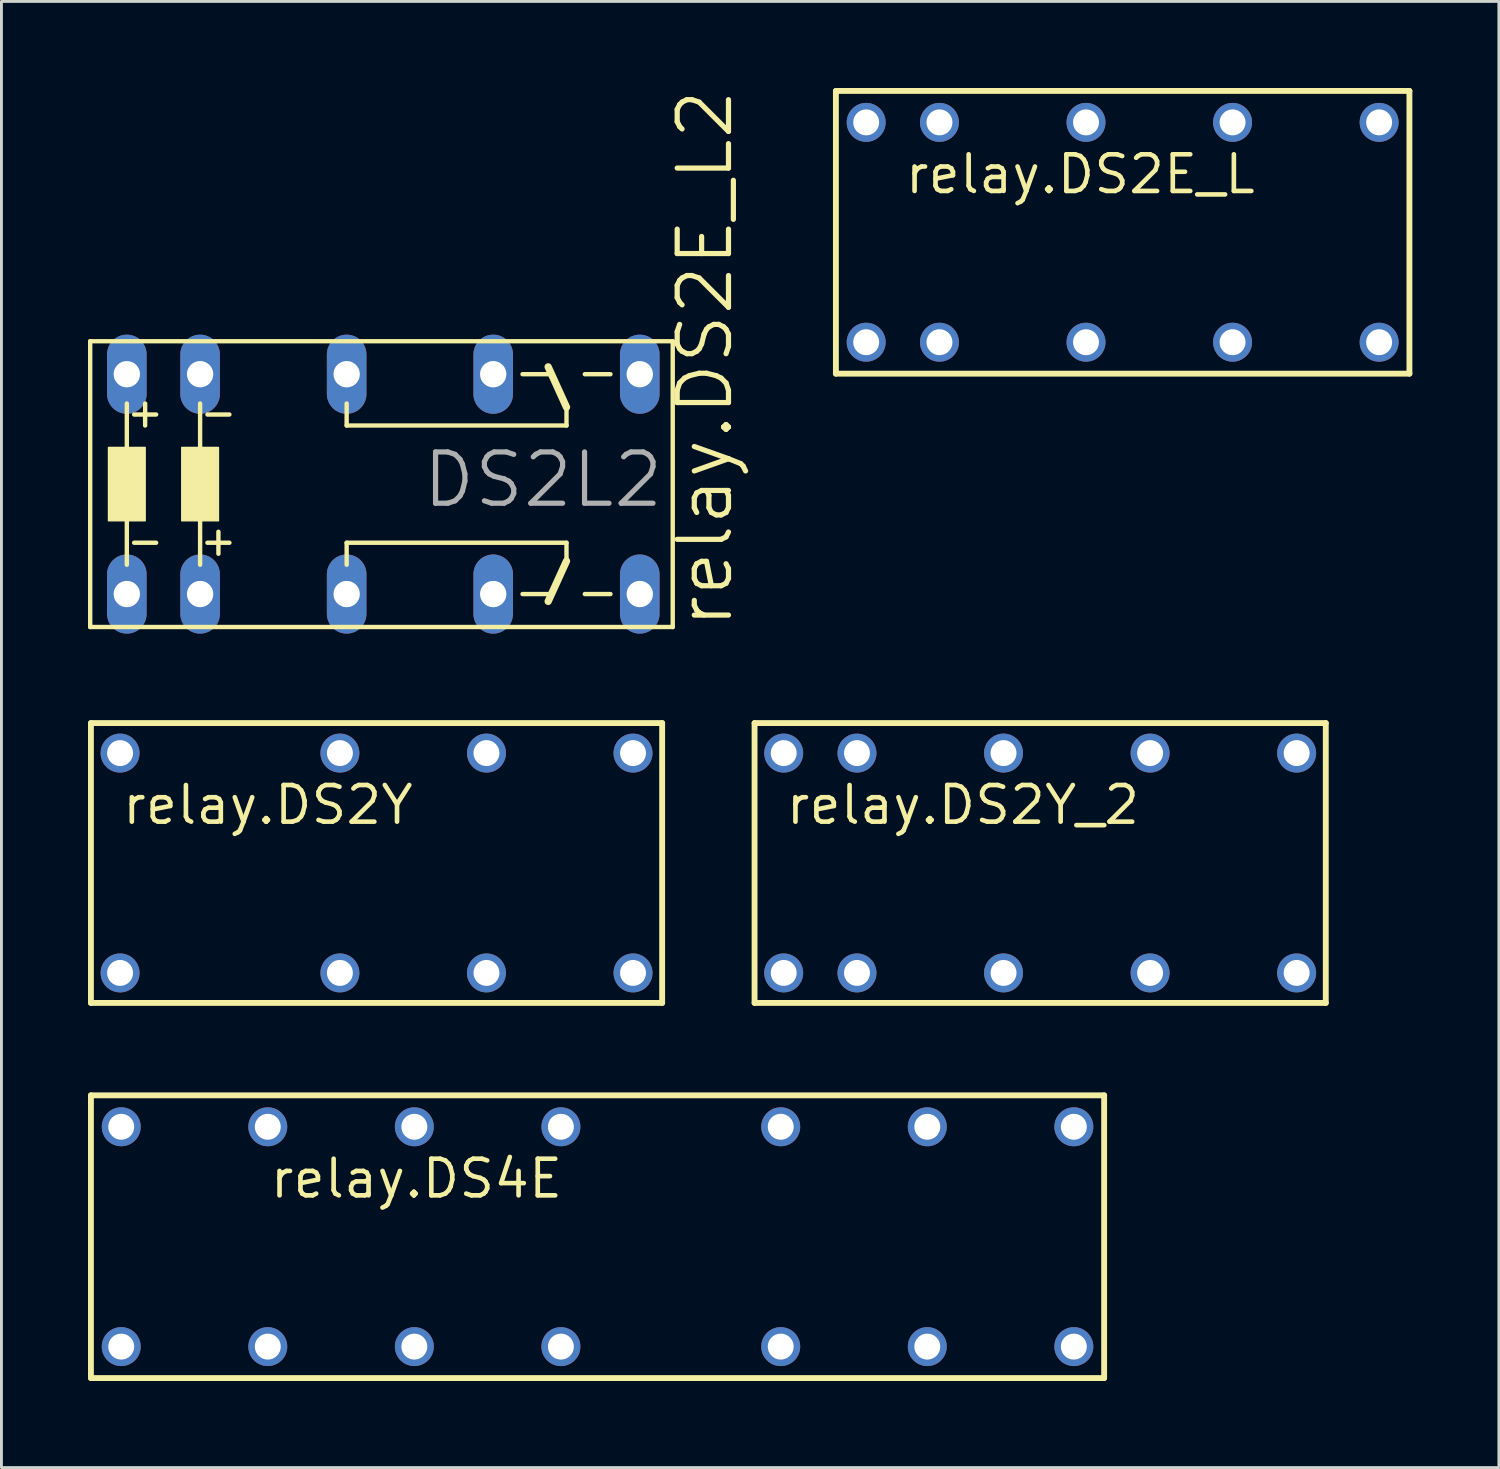
<source format=kicad_pcb>
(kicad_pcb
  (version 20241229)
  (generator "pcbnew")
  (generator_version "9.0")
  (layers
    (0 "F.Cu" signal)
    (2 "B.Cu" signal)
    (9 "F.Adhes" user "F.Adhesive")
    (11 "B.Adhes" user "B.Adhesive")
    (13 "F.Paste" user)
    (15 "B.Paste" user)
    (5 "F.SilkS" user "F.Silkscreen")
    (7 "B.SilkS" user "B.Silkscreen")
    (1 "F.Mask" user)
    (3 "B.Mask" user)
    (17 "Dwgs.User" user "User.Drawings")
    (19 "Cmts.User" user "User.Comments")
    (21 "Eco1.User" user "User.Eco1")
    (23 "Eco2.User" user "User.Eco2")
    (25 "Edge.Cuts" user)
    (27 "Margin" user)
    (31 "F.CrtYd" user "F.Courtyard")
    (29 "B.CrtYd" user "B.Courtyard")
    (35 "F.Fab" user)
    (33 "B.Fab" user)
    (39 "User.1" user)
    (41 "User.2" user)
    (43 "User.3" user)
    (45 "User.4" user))
  (footprint "relay.DS4E"
    (layer "F.Cu")
    (at 17.662 39.817)
    (property "Reference" "relay.DS4E" (at -11.43 -1.27 0) (layer "F.SilkS") (effects (font (size 1.27 1.27) (thickness 0.16)) (justify left bottom)))
    (attr through_hole)
    (fp_line (start -17.56 -4.9) (end 17.56 -4.9) (stroke (width 0.203) (type default)) (layer "F.SilkS"))
    (fp_line (start -17.56 4.9) (end -17.56 -4.9) (stroke (width 0.203) (type default)) (layer "F.SilkS"))
    (fp_line (start 17.56 -4.9) (end 17.56 4.9) (stroke (width 0.203) (type default)) (layer "F.SilkS"))
    (fp_line (start 17.56 4.9) (end -17.56 4.9) (stroke (width 0.203) (type default)) (layer "F.SilkS"))
    (pad "1" thru_hole circle (at -1.27 3.81 180) (size 1.35 1.35) (drill 0.9) (layers "*.Cu" "*.Mask"))
    (pad "3" thru_hole circle (at -6.35 3.81 180) (size 1.35 1.35) (drill 0.9) (layers "*.Cu" "*.Mask"))
    (pad "4" thru_hole circle (at 6.35 3.81 180) (size 1.35 1.35) (drill 0.9) (layers "*.Cu" "*.Mask"))
    (pad "5" thru_hole circle (at -11.43 3.81 180) (size 1.35 1.35) (drill 0.9) (layers "*.Cu" "*.Mask"))
    (pad "6" thru_hole circle (at 11.43 3.81 180) (size 1.35 1.35) (drill 0.9) (layers "*.Cu" "*.Mask"))
    (pad "7" thru_hole circle (at -16.51 3.81 180) (size 1.35 1.35) (drill 0.9) (layers "*.Cu" "*.Mask"))
    (pad "8" thru_hole circle (at 16.51 3.81 180) (size 1.35 1.35) (drill 0.9) (layers "*.Cu" "*.Mask"))
    (pad "9" thru_hole circle (at 16.51 -3.81 180) (size 1.35 1.35) (drill 0.9) (layers "*.Cu" "*.Mask"))
    (pad "10" thru_hole circle (at -16.51 -3.81 180) (size 1.35 1.35) (drill 0.9) (layers "*.Cu" "*.Mask"))
    (pad "11" thru_hole circle (at 11.43 -3.81 180) (size 1.35 1.35) (drill 0.9) (layers "*.Cu" "*.Mask"))
    (pad "12" thru_hole circle (at -11.43 -3.81 180) (size 1.35 1.35) (drill 0.9) (layers "*.Cu" "*.Mask"))
    (pad "13" thru_hole circle (at 6.35 -3.81 180) (size 1.35 1.35) (drill 0.9) (layers "*.Cu" "*.Mask"))
    (pad "14" thru_hole circle (at -6.35 -3.81 180) (size 1.35 1.35) (drill 0.9) (layers "*.Cu" "*.Mask"))
    (pad "16" thru_hole circle (at -1.27 -3.81 180) (size 1.35 1.35) (drill 0.9) (layers "*.Cu" "*.Mask")))
  (footprint "relay.DS2E_L2"
    (layer "F.Cu")
    (at 8.966 13.731)
    (property "Reference" "relay.DS2E_L2" (at 13.462 5.08 90) (layer "F.SilkS") (effects (font (size 1.778 1.778) (thickness 0.18)) (justify left bottom)))
    (attr through_hole)
    (fp_line (start -8.89 4.953) (end -8.89 -4.953) (stroke (width 0.152) (type default)) (layer "F.SilkS"))
    (fp_line (start -8.89 4.953) (end 11.303 4.953) (stroke (width 0.152) (type default)) (layer "F.SilkS"))
    (fp_line (start -7.62 -2.794) (end -7.62 2.794) (stroke (width 0.152) (type default)) (layer "F.SilkS"))
    (fp_line (start -7.366 -2.413) (end -6.604 -2.413) (stroke (width 0.152) (type default)) (layer "F.SilkS"))
    (fp_line (start -7.366 2.032) (end -6.604 2.032) (stroke (width 0.152) (type default)) (layer "F.SilkS"))
    (fp_line (start -6.985 -2.032) (end -6.985 -2.794) (stroke (width 0.152) (type default)) (layer "F.SilkS"))
    (fp_line (start -5.08 -2.794) (end -5.08 2.794) (stroke (width 0.152) (type default)) (layer "F.SilkS"))
    (fp_line (start -4.826 -2.413) (end -4.064 -2.413) (stroke (width 0.152) (type default)) (layer "F.SilkS"))
    (fp_line (start -4.826 2.032) (end -4.064 2.032) (stroke (width 0.152) (type default)) (layer "F.SilkS"))
    (fp_line (start -4.445 2.413) (end -4.445 1.651) (stroke (width 0.152) (type default)) (layer "F.SilkS"))
    (fp_line (start 0 -2.032) (end 0 -2.794) (stroke (width 0.152) (type default)) (layer "F.SilkS"))
    (fp_line (start 0 -2.032) (end 7.62 -2.032) (stroke (width 0.152) (type default)) (layer "F.SilkS"))
    (fp_line (start 0 2.032) (end 7.62 2.032) (stroke (width 0.152) (type default)) (layer "F.SilkS"))
    (fp_line (start 0 2.794) (end 0 2.032) (stroke (width 0.152) (type default)) (layer "F.SilkS"))
    (fp_line (start 6.985 -3.81) (end 6.096 -3.81) (stroke (width 0.152) (type default)) (layer "F.SilkS"))
    (fp_line (start 6.985 3.81) (end 6.096 3.81) (stroke (width 0.152) (type default)) (layer "F.SilkS"))
    (fp_line (start 7.62 -2.667) (end 6.985 -4.064) (stroke (width 0.254) (type default)) (layer "F.SilkS"))
    (fp_line (start 7.62 -2.032) (end 7.62 -2.667) (stroke (width 0.152) (type default)) (layer "F.SilkS"))
    (fp_line (start 7.62 2.667) (end 6.985 4.064) (stroke (width 0.254) (type default)) (layer "F.SilkS"))
    (fp_line (start 7.62 2.667) (end 7.62 2.032) (stroke (width 0.152) (type default)) (layer "F.SilkS"))
    (fp_line (start 8.255 -3.81) (end 9.144 -3.81) (stroke (width 0.152) (type default)) (layer "F.SilkS"))
    (fp_line (start 8.255 3.81) (end 9.144 3.81) (stroke (width 0.152) (type default)) (layer "F.SilkS"))
    (fp_line (start 11.303 -4.953) (end -8.89 -4.953) (stroke (width 0.152) (type default)) (layer "F.SilkS"))
    (fp_line (start 11.303 -4.953) (end 11.303 4.953) (stroke (width 0.152) (type default)) (layer "F.SilkS"))
    (fp_rect (start -8.255 1.27) (end -6.985 -1.27) (stroke (width 0.05) (type default)) (fill yes) (layer "F.SilkS"))
    (fp_rect (start -5.715 1.27) (end -4.445 -1.27) (stroke (width 0.05) (type default)) (fill yes) (layer "F.SilkS"))
    (fp_text user "DS2L2" (at 2.54 0.889 0) (layer "F.Fab") (effects (font (size 1.778 1.778) (thickness 0.18)) (justify left bottom)))
    (pad "1" thru_hole oval (at -7.62 3.81 90) (size 2.743 1.372) (drill 0.914) (layers "*.Cu" "*.Mask"))
    (pad "2" thru_hole oval (at -5.08 3.81 90) (size 2.743 1.372) (drill 0.914) (layers "*.Cu" "*.Mask"))
    (pad "15" thru_hole oval (at -5.08 -3.81 90) (size 2.743 1.372) (drill 0.914) (layers "*.Cu" "*.Mask"))
    (pad "16" thru_hole oval (at -7.62 -3.81 90) (size 2.743 1.372) (drill 0.914) (layers "*.Cu" "*.Mask"))
    (pad "O1" thru_hole oval (at 5.08 3.81 90) (size 2.743 1.372) (drill 0.914) (layers "*.Cu" "*.Mask"))
    (pad "O2" thru_hole oval (at 5.08 -3.81 90) (size 2.743 1.372) (drill 0.914) (layers "*.Cu" "*.Mask"))
    (pad "P1" thru_hole oval (at 0 3.81 90) (size 2.743 1.372) (drill 0.914) (layers "*.Cu" "*.Mask"))
    (pad "P2" thru_hole oval (at 0 -3.81 90) (size 2.743 1.372) (drill 0.914) (layers "*.Cu" "*.Mask"))
    (pad "S1" thru_hole oval (at 10.16 3.81 90) (size 2.743 1.372) (drill 0.914) (layers "*.Cu" "*.Mask"))
    (pad "S2" thru_hole oval (at 10.16 -3.81 90) (size 2.743 1.372) (drill 0.914) (layers "*.Cu" "*.Mask")))
  (footprint "relay.DS2E_L"
    (layer "F.Cu")
    (at 35.864 5.002)
    (property "Reference" "relay.DS2E_L" (at -7.62 -1.27 0) (layer "F.SilkS") (effects (font (size 1.27 1.27) (thickness 0.16)) (justify left bottom)))
    (attr through_hole)
    (fp_line (start -9.94 -4.9) (end 9.94 -4.9) (stroke (width 0.203) (type default)) (layer "F.SilkS"))
    (fp_line (start -9.94 4.9) (end -9.94 -4.9) (stroke (width 0.203) (type default)) (layer "F.SilkS"))
    (fp_line (start 9.94 -4.9) (end 9.94 4.9) (stroke (width 0.203) (type default)) (layer "F.SilkS"))
    (fp_line (start 9.94 4.9) (end -9.94 4.9) (stroke (width 0.203) (type default)) (layer "F.SilkS"))
    (pad "1" thru_hole circle (at -8.89 3.81) (size 1.35 1.35) (drill 0.9) (layers "*.Cu" "*.Mask"))
    (pad "2" thru_hole circle (at -6.35 3.81) (size 1.35 1.35) (drill 0.9) (layers "*.Cu" "*.Mask"))
    (pad "4" thru_hole circle (at -1.27 3.81) (size 1.35 1.35) (drill 0.9) (layers "*.Cu" "*.Mask"))
    (pad "6" thru_hole circle (at 3.81 3.81) (size 1.35 1.35) (drill 0.9) (layers "*.Cu" "*.Mask"))
    (pad "8" thru_hole circle (at 8.89 3.81) (size 1.35 1.35) (drill 0.9) (layers "*.Cu" "*.Mask"))
    (pad "9" thru_hole circle (at 8.89 -3.81) (size 1.35 1.35) (drill 0.9) (layers "*.Cu" "*.Mask"))
    (pad "11" thru_hole circle (at 3.81 -3.81) (size 1.35 1.35) (drill 0.9) (layers "*.Cu" "*.Mask"))
    (pad "13" thru_hole circle (at -1.27 -3.81) (size 1.35 1.35) (drill 0.9) (layers "*.Cu" "*.Mask"))
    (pad "15" thru_hole circle (at -6.35 -3.81) (size 1.35 1.35) (drill 0.9) (layers "*.Cu" "*.Mask"))
    (pad "16" thru_hole circle (at -8.89 -3.81) (size 1.35 1.35) (drill 0.9) (layers "*.Cu" "*.Mask")))
  (footprint "relay.DS2Y_2"
    (layer "F.Cu")
    (at 33.005 26.864)
    (property "Reference" "relay.DS2Y_2" (at -8.89 -1.27 0) (layer "F.SilkS") (effects (font (size 1.27 1.27) (thickness 0.16)) (justify left bottom)))
    (attr through_hole)
    (fp_line (start -9.9 -4.85) (end 9.9 -4.85) (stroke (width 0.203) (type default)) (layer "F.SilkS"))
    (fp_line (start -9.9 4.85) (end -9.9 -4.85) (stroke (width 0.203) (type default)) (layer "F.SilkS"))
    (fp_line (start 9.9 -4.85) (end 9.9 4.85) (stroke (width 0.203) (type default)) (layer "F.SilkS"))
    (fp_line (start 9.9 4.85) (end -9.9 4.85) (stroke (width 0.203) (type default)) (layer "F.SilkS"))
    (pad "1" thru_hole circle (at -8.89 3.81) (size 1.35 1.35) (drill 0.9) (layers "*.Cu" "*.Mask"))
    (pad "2" thru_hole circle (at -6.35 3.81) (size 1.35 1.35) (drill 0.9) (layers "*.Cu" "*.Mask"))
    (pad "4" thru_hole circle (at -1.27 3.81) (size 1.35 1.35) (drill 0.9) (layers "*.Cu" "*.Mask"))
    (pad "6" thru_hole circle (at 3.81 3.81) (size 1.35 1.35) (drill 0.9) (layers "*.Cu" "*.Mask"))
    (pad "8" thru_hole circle (at 8.89 3.81) (size 1.35 1.35) (drill 0.9) (layers "*.Cu" "*.Mask"))
    (pad "9" thru_hole circle (at 8.89 -3.81) (size 1.35 1.35) (drill 0.9) (layers "*.Cu" "*.Mask"))
    (pad "11" thru_hole circle (at 3.81 -3.81) (size 1.35 1.35) (drill 0.9) (layers "*.Cu" "*.Mask"))
    (pad "13" thru_hole circle (at -1.27 -3.81) (size 1.35 1.35) (drill 0.9) (layers "*.Cu" "*.Mask"))
    (pad "15" thru_hole circle (at -6.35 -3.81) (size 1.35 1.35) (drill 0.9) (layers "*.Cu" "*.Mask"))
    (pad "16" thru_hole circle (at -8.89 -3.81) (size 1.35 1.35) (drill 0.9) (layers "*.Cu" "*.Mask")))
  (footprint "relay.DS2Y"
    (layer "F.Cu")
    (at 10.002 26.864)
    (property "Reference" "relay.DS2Y" (at -8.89 -1.27 0) (layer "F.SilkS") (effects (font (size 1.27 1.27) (thickness 0.16)) (justify left bottom)))
    (attr through_hole)
    (fp_line (start -9.9 -4.85) (end 9.9 -4.85) (stroke (width 0.203) (type default)) (layer "F.SilkS"))
    (fp_line (start -9.9 4.85) (end -9.9 -4.85) (stroke (width 0.203) (type default)) (layer "F.SilkS"))
    (fp_line (start 9.9 -4.85) (end 9.9 4.85) (stroke (width 0.203) (type default)) (layer "F.SilkS"))
    (fp_line (start 9.9 4.85) (end -9.9 4.85) (stroke (width 0.203) (type default)) (layer "F.SilkS"))
    (pad "1" thru_hole circle (at -8.89 3.81) (size 1.35 1.35) (drill 0.9) (layers "*.Cu" "*.Mask"))
    (pad "4" thru_hole circle (at -1.27 3.81) (size 1.35 1.35) (drill 0.9) (layers "*.Cu" "*.Mask"))
    (pad "6" thru_hole circle (at 3.81 3.81) (size 1.35 1.35) (drill 0.9) (layers "*.Cu" "*.Mask"))
    (pad "8" thru_hole circle (at 8.89 3.81) (size 1.35 1.35) (drill 0.9) (layers "*.Cu" "*.Mask"))
    (pad "9" thru_hole circle (at 8.89 -3.81) (size 1.35 1.35) (drill 0.9) (layers "*.Cu" "*.Mask"))
    (pad "11" thru_hole circle (at 3.81 -3.81) (size 1.35 1.35) (drill 0.9) (layers "*.Cu" "*.Mask"))
    (pad "13" thru_hole circle (at -1.27 -3.81) (size 1.35 1.35) (drill 0.9) (layers "*.Cu" "*.Mask"))
    (pad "16" thru_hole circle (at -8.89 -3.81) (size 1.35 1.35) (drill 0.9) (layers "*.Cu" "*.Mask")))
  (gr_rect
    (start -3 -3)
    (end 48.905 47.819)
    (stroke (width 0.1) (type default))
    (fill no)
    (layer "Edge.Cuts")))
</source>
